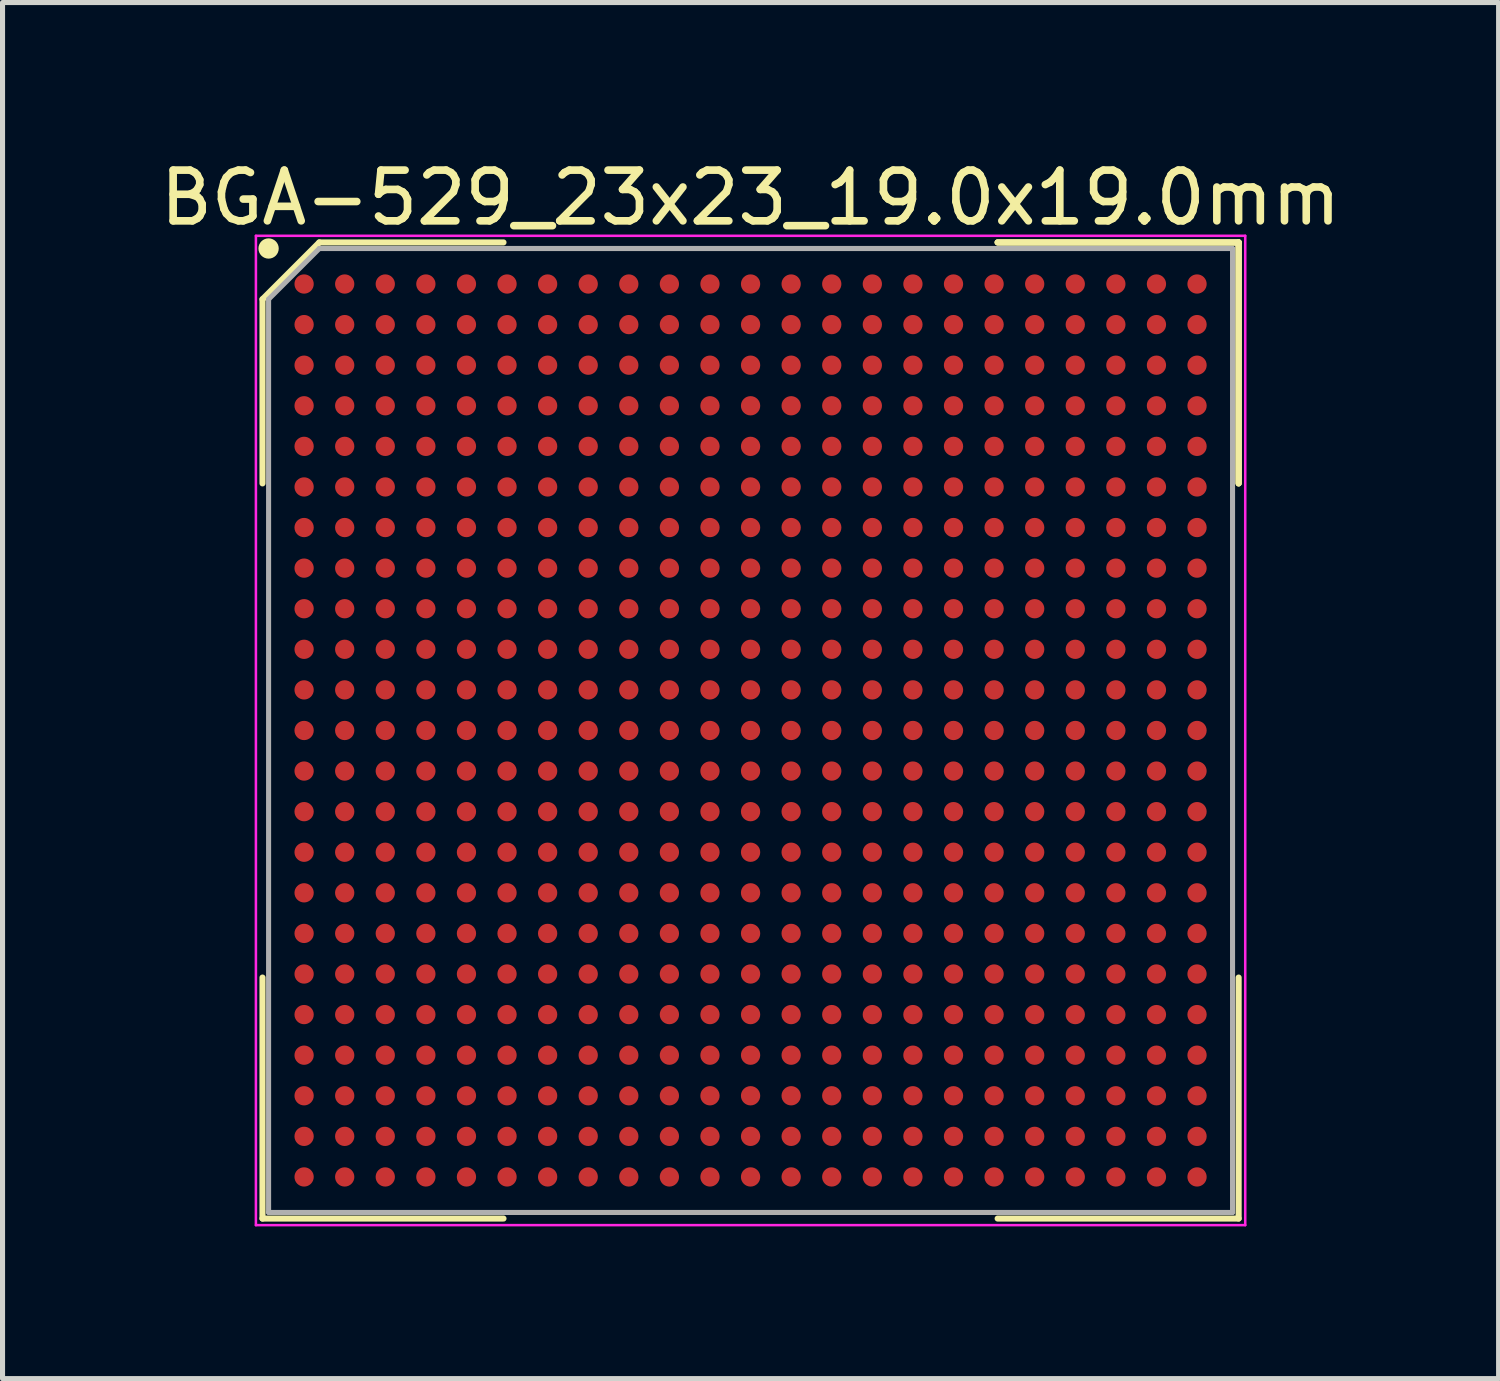
<source format=kicad_pcb>
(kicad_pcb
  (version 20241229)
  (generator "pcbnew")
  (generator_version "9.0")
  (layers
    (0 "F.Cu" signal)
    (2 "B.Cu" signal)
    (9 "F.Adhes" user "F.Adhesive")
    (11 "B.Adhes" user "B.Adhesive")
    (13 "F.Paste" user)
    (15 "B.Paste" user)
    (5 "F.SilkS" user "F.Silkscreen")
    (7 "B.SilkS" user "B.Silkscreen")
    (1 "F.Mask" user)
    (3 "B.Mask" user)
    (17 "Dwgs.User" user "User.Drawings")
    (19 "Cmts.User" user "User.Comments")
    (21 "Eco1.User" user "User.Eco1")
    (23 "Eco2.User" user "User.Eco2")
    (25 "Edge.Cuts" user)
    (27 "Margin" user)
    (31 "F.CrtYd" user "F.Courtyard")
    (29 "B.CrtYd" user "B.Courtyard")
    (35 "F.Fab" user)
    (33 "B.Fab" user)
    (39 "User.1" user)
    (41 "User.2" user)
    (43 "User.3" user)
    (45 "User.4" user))
  (footprint "BGA-529_23x23_19.0x19.0mm"
    (layer "F.Cu")
    (at 11.744 11.348)
    (property "Reference" "BGA-529_23x23_19.0x19.0mm" (at 0 -10.5 0) (layer "F.SilkS") (effects (font (size 1 1) (thickness 0.15))))
    (attr through_hole)
    (fp_line (start -9.62 -8.5) (end -9.62 -4.87) (stroke (width 0.12) (type solid)) (layer "F.SilkS"))
    (fp_line (start -9.62 9.62) (end -9.62 4.87) (stroke (width 0.12) (type solid)) (layer "F.SilkS"))
    (fp_line (start -8.5 -9.62) (end -9.62 -8.5) (stroke (width 0.12) (type solid)) (layer "F.SilkS"))
    (fp_line (start -4.87 -9.62) (end -8.5 -9.62) (stroke (width 0.12) (type solid)) (layer "F.SilkS"))
    (fp_line (start -4.87 9.62) (end -9.62 9.62) (stroke (width 0.12) (type solid)) (layer "F.SilkS"))
    (fp_line (start 4.87 -9.62) (end 9.62 -9.62) (stroke (width 0.12) (type solid)) (layer "F.SilkS"))
    (fp_line (start 4.87 -9.62) (end 9.62 -9.62) (stroke (width 0.12) (type solid)) (layer "F.SilkS"))
    (fp_line (start 4.87 -9.62) (end 9.62 -9.62) (stroke (width 0.12) (type solid)) (layer "F.SilkS"))
    (fp_line (start 4.87 9.62) (end 9.62 9.62) (stroke (width 0.12) (type solid)) (layer "F.SilkS"))
    (fp_line (start 9.62 -9.62) (end 9.62 -4.87) (stroke (width 0.12) (type solid)) (layer "F.SilkS"))
    (fp_line (start 9.62 -9.62) (end 9.62 -4.87) (stroke (width 0.12) (type solid)) (layer "F.SilkS"))
    (fp_line (start 9.62 -9.62) (end 9.62 -4.87) (stroke (width 0.12) (type solid)) (layer "F.SilkS"))
    (fp_line (start 9.62 9.62) (end 9.62 4.87) (stroke (width 0.12) (type solid)) (layer "F.SilkS"))
    (fp_circle (center -9.5 -9.5) (end -9.5 -9.4) (stroke (width 0.2) (type solid)) (fill no) (layer "F.SilkS"))
    (fp_line (start -9.75 -9.75) (end 9.75 -9.75) (stroke (width 0.05) (type solid)) (layer "F.CrtYd"))
    (fp_line (start -9.75 9.75) (end -9.75 -9.75) (stroke (width 0.05) (type solid)) (layer "F.CrtYd"))
    (fp_line (start 9.75 -9.75) (end 9.75 9.75) (stroke (width 0.05) (type solid)) (layer "F.CrtYd"))
    (fp_line (start 9.75 9.75) (end -9.75 9.75) (stroke (width 0.05) (type solid)) (layer "F.CrtYd"))
    (fp_line (start -9.5 -8.5) (end -9.5 9.5) (stroke (width 0.1) (type solid)) (layer "F.Fab"))
    (fp_line (start -9.5 9.5) (end 9.5 9.5) (stroke (width 0.1) (type solid)) (layer "F.Fab"))
    (fp_line (start -8.5 -9.5) (end -9.5 -8.5) (stroke (width 0.1) (type solid)) (layer "F.Fab"))
    (fp_line (start 9.5 -9.5) (end -8.5 -9.5) (stroke (width 0.1) (type solid)) (layer "F.Fab"))
    (fp_line (start 9.5 9.5) (end 9.5 -9.5) (stroke (width 0.1) (type solid)) (layer "F.Fab"))
    (pad "A1" smd circle (at -8.8 -8.8) (size 0.38 0.38) (layers "F.Cu" "F.Mask" "F.Paste"))
    (pad "A2" smd circle (at -8 -8.8) (size 0.38 0.38) (layers "F.Cu" "F.Mask" "F.Paste"))
    (pad "A3" smd circle (at -7.2 -8.8) (size 0.38 0.38) (layers "F.Cu" "F.Mask" "F.Paste"))
    (pad "A4" smd circle (at -6.4 -8.8) (size 0.38 0.38) (layers "F.Cu" "F.Mask" "F.Paste"))
    (pad "A5" smd circle (at -5.6 -8.8) (size 0.38 0.38) (layers "F.Cu" "F.Mask" "F.Paste"))
    (pad "A6" smd circle (at -4.8 -8.8) (size 0.38 0.38) (layers "F.Cu" "F.Mask" "F.Paste"))
    (pad "A7" smd circle (at -4 -8.8) (size 0.38 0.38) (layers "F.Cu" "F.Mask" "F.Paste"))
    (pad "A8" smd circle (at -3.2 -8.8) (size 0.38 0.38) (layers "F.Cu" "F.Mask" "F.Paste"))
    (pad "A9" smd circle (at -2.4 -8.8) (size 0.38 0.38) (layers "F.Cu" "F.Mask" "F.Paste"))
    (pad "A10" smd circle (at -1.6 -8.8) (size 0.38 0.38) (layers "F.Cu" "F.Mask" "F.Paste"))
    (pad "A11" smd circle (at -0.8 -8.8) (size 0.38 0.38) (layers "F.Cu" "F.Mask" "F.Paste"))
    (pad "A12" smd circle (at 0 -8.8) (size 0.38 0.38) (layers "F.Cu" "F.Mask" "F.Paste"))
    (pad "A13" smd circle (at 0.8 -8.8) (size 0.38 0.38) (layers "F.Cu" "F.Mask" "F.Paste"))
    (pad "A14" smd circle (at 1.6 -8.8) (size 0.38 0.38) (layers "F.Cu" "F.Mask" "F.Paste"))
    (pad "A15" smd circle (at 2.4 -8.8) (size 0.38 0.38) (layers "F.Cu" "F.Mask" "F.Paste"))
    (pad "A16" smd circle (at 3.2 -8.8) (size 0.38 0.38) (layers "F.Cu" "F.Mask" "F.Paste"))
    (pad "A17" smd circle (at 4 -8.8) (size 0.38 0.38) (layers "F.Cu" "F.Mask" "F.Paste"))
    (pad "A18" smd circle (at 4.8 -8.8) (size 0.38 0.38) (layers "F.Cu" "F.Mask" "F.Paste"))
    (pad "A19" smd circle (at 5.6 -8.8) (size 0.38 0.38) (layers "F.Cu" "F.Mask" "F.Paste"))
    (pad "A20" smd circle (at 6.4 -8.8) (size 0.38 0.38) (layers "F.Cu" "F.Mask" "F.Paste"))
    (pad "A21" smd circle (at 7.2 -8.8) (size 0.38 0.38) (layers "F.Cu" "F.Mask" "F.Paste"))
    (pad "A22" smd circle (at 8 -8.8) (size 0.38 0.38) (layers "F.Cu" "F.Mask" "F.Paste"))
    (pad "A23" smd circle (at 8.8 -8.8) (size 0.38 0.38) (layers "F.Cu" "F.Mask" "F.Paste"))
    (pad "AA1" smd circle (at -8.8 7.2) (size 0.38 0.38) (layers "F.Cu" "F.Mask" "F.Paste"))
    (pad "AA2" smd circle (at -8 7.2) (size 0.38 0.38) (layers "F.Cu" "F.Mask" "F.Paste"))
    (pad "AA3" smd circle (at -7.2 7.2) (size 0.38 0.38) (layers "F.Cu" "F.Mask" "F.Paste"))
    (pad "AA4" smd circle (at -6.4 7.2) (size 0.38 0.38) (layers "F.Cu" "F.Mask" "F.Paste"))
    (pad "AA5" smd circle (at -5.6 7.2) (size 0.38 0.38) (layers "F.Cu" "F.Mask" "F.Paste"))
    (pad "AA6" smd circle (at -4.8 7.2) (size 0.38 0.38) (layers "F.Cu" "F.Mask" "F.Paste"))
    (pad "AA7" smd circle (at -4 7.2) (size 0.38 0.38) (layers "F.Cu" "F.Mask" "F.Paste"))
    (pad "AA8" smd circle (at -3.2 7.2) (size 0.38 0.38) (layers "F.Cu" "F.Mask" "F.Paste"))
    (pad "AA9" smd circle (at -2.4 7.2) (size 0.38 0.38) (layers "F.Cu" "F.Mask" "F.Paste"))
    (pad "AA10" smd circle (at -1.6 7.2) (size 0.38 0.38) (layers "F.Cu" "F.Mask" "F.Paste"))
    (pad "AA11" smd circle (at -0.8 7.2) (size 0.38 0.38) (layers "F.Cu" "F.Mask" "F.Paste"))
    (pad "AA12" smd circle (at 0 7.2) (size 0.38 0.38) (layers "F.Cu" "F.Mask" "F.Paste"))
    (pad "AA13" smd circle (at 0.8 7.2) (size 0.38 0.38) (layers "F.Cu" "F.Mask" "F.Paste"))
    (pad "AA14" smd circle (at 1.6 7.2) (size 0.38 0.38) (layers "F.Cu" "F.Mask" "F.Paste"))
    (pad "AA15" smd circle (at 2.4 7.2) (size 0.38 0.38) (layers "F.Cu" "F.Mask" "F.Paste"))
    (pad "AA16" smd circle (at 3.2 7.2) (size 0.38 0.38) (layers "F.Cu" "F.Mask" "F.Paste"))
    (pad "AA17" smd circle (at 4 7.2) (size 0.38 0.38) (layers "F.Cu" "F.Mask" "F.Paste"))
    (pad "AA18" smd circle (at 4.8 7.2) (size 0.38 0.38) (layers "F.Cu" "F.Mask" "F.Paste"))
    (pad "AA19" smd circle (at 5.6 7.2) (size 0.38 0.38) (layers "F.Cu" "F.Mask" "F.Paste"))
    (pad "AA20" smd circle (at 6.4 7.2) (size 0.38 0.38) (layers "F.Cu" "F.Mask" "F.Paste"))
    (pad "AA21" smd circle (at 7.2 7.2) (size 0.38 0.38) (layers "F.Cu" "F.Mask" "F.Paste"))
    (pad "AA22" smd circle (at 8 7.2) (size 0.38 0.38) (layers "F.Cu" "F.Mask" "F.Paste"))
    (pad "AA23" smd circle (at 8.8 7.2) (size 0.38 0.38) (layers "F.Cu" "F.Mask" "F.Paste"))
    (pad "AB1" smd circle (at -8.8 8) (size 0.38 0.38) (layers "F.Cu" "F.Mask" "F.Paste"))
    (pad "AB2" smd circle (at -8 8) (size 0.38 0.38) (layers "F.Cu" "F.Mask" "F.Paste"))
    (pad "AB3" smd circle (at -7.2 8) (size 0.38 0.38) (layers "F.Cu" "F.Mask" "F.Paste"))
    (pad "AB4" smd circle (at -6.4 8) (size 0.38 0.38) (layers "F.Cu" "F.Mask" "F.Paste"))
    (pad "AB5" smd circle (at -5.6 8) (size 0.38 0.38) (layers "F.Cu" "F.Mask" "F.Paste"))
    (pad "AB6" smd circle (at -4.8 8) (size 0.38 0.38) (layers "F.Cu" "F.Mask" "F.Paste"))
    (pad "AB7" smd circle (at -4 8) (size 0.38 0.38) (layers "F.Cu" "F.Mask" "F.Paste"))
    (pad "AB8" smd circle (at -3.2 8) (size 0.38 0.38) (layers "F.Cu" "F.Mask" "F.Paste"))
    (pad "AB9" smd circle (at -2.4 8) (size 0.38 0.38) (layers "F.Cu" "F.Mask" "F.Paste"))
    (pad "AB10" smd circle (at -1.6 8) (size 0.38 0.38) (layers "F.Cu" "F.Mask" "F.Paste"))
    (pad "AB11" smd circle (at -0.8 8) (size 0.38 0.38) (layers "F.Cu" "F.Mask" "F.Paste"))
    (pad "AB12" smd circle (at 0 8) (size 0.38 0.38) (layers "F.Cu" "F.Mask" "F.Paste"))
    (pad "AB13" smd circle (at 0.8 8) (size 0.38 0.38) (layers "F.Cu" "F.Mask" "F.Paste"))
    (pad "AB14" smd circle (at 1.6 8) (size 0.38 0.38) (layers "F.Cu" "F.Mask" "F.Paste"))
    (pad "AB15" smd circle (at 2.4 8) (size 0.38 0.38) (layers "F.Cu" "F.Mask" "F.Paste"))
    (pad "AB16" smd circle (at 3.2 8) (size 0.38 0.38) (layers "F.Cu" "F.Mask" "F.Paste"))
    (pad "AB17" smd circle (at 4 8) (size 0.38 0.38) (layers "F.Cu" "F.Mask" "F.Paste"))
    (pad "AB18" smd circle (at 4.8 8) (size 0.38 0.38) (layers "F.Cu" "F.Mask" "F.Paste"))
    (pad "AB19" smd circle (at 5.6 8) (size 0.38 0.38) (layers "F.Cu" "F.Mask" "F.Paste"))
    (pad "AB20" smd circle (at 6.4 8) (size 0.38 0.38) (layers "F.Cu" "F.Mask" "F.Paste"))
    (pad "AB21" smd circle (at 7.2 8) (size 0.38 0.38) (layers "F.Cu" "F.Mask" "F.Paste"))
    (pad "AB22" smd circle (at 8 8) (size 0.38 0.38) (layers "F.Cu" "F.Mask" "F.Paste"))
    (pad "AB23" smd circle (at 8.8 8) (size 0.38 0.38) (layers "F.Cu" "F.Mask" "F.Paste"))
    (pad "AC1" smd circle (at -8.8 8.8) (size 0.38 0.38) (layers "F.Cu" "F.Mask" "F.Paste"))
    (pad "AC2" smd circle (at -8 8.8) (size 0.38 0.38) (layers "F.Cu" "F.Mask" "F.Paste"))
    (pad "AC3" smd circle (at -7.2 8.8) (size 0.38 0.38) (layers "F.Cu" "F.Mask" "F.Paste"))
    (pad "AC4" smd circle (at -6.4 8.8) (size 0.38 0.38) (layers "F.Cu" "F.Mask" "F.Paste"))
    (pad "AC5" smd circle (at -5.6 8.8) (size 0.38 0.38) (layers "F.Cu" "F.Mask" "F.Paste"))
    (pad "AC6" smd circle (at -4.8 8.8) (size 0.38 0.38) (layers "F.Cu" "F.Mask" "F.Paste"))
    (pad "AC7" smd circle (at -4 8.8) (size 0.38 0.38) (layers "F.Cu" "F.Mask" "F.Paste"))
    (pad "AC8" smd circle (at -3.2 8.8) (size 0.38 0.38) (layers "F.Cu" "F.Mask" "F.Paste"))
    (pad "AC9" smd circle (at -2.4 8.8) (size 0.38 0.38) (layers "F.Cu" "F.Mask" "F.Paste"))
    (pad "AC10" smd circle (at -1.6 8.8) (size 0.38 0.38) (layers "F.Cu" "F.Mask" "F.Paste"))
    (pad "AC11" smd circle (at -0.8 8.8) (size 0.38 0.38) (layers "F.Cu" "F.Mask" "F.Paste"))
    (pad "AC12" smd circle (at 0 8.8) (size 0.38 0.38) (layers "F.Cu" "F.Mask" "F.Paste"))
    (pad "AC13" smd circle (at 0.8 8.8) (size 0.38 0.38) (layers "F.Cu" "F.Mask" "F.Paste"))
    (pad "AC14" smd circle (at 1.6 8.8) (size 0.38 0.38) (layers "F.Cu" "F.Mask" "F.Paste"))
    (pad "AC15" smd circle (at 2.4 8.8) (size 0.38 0.38) (layers "F.Cu" "F.Mask" "F.Paste"))
    (pad "AC16" smd circle (at 3.2 8.8) (size 0.38 0.38) (layers "F.Cu" "F.Mask" "F.Paste"))
    (pad "AC17" smd circle (at 4 8.8) (size 0.38 0.38) (layers "F.Cu" "F.Mask" "F.Paste"))
    (pad "AC18" smd circle (at 4.8 8.8) (size 0.38 0.38) (layers "F.Cu" "F.Mask" "F.Paste"))
    (pad "AC19" smd circle (at 5.6 8.8) (size 0.38 0.38) (layers "F.Cu" "F.Mask" "F.Paste"))
    (pad "AC20" smd circle (at 6.4 8.8) (size 0.38 0.38) (layers "F.Cu" "F.Mask" "F.Paste"))
    (pad "AC21" smd circle (at 7.2 8.8) (size 0.38 0.38) (layers "F.Cu" "F.Mask" "F.Paste"))
    (pad "AC22" smd circle (at 8 8.8) (size 0.38 0.38) (layers "F.Cu" "F.Mask" "F.Paste"))
    (pad "AC23" smd circle (at 8.8 8.8) (size 0.38 0.38) (layers "F.Cu" "F.Mask" "F.Paste"))
    (pad "B1" smd circle (at -8.8 -8) (size 0.38 0.38) (layers "F.Cu" "F.Mask" "F.Paste"))
    (pad "B2" smd circle (at -8 -8) (size 0.38 0.38) (layers "F.Cu" "F.Mask" "F.Paste"))
    (pad "B3" smd circle (at -7.2 -8) (size 0.38 0.38) (layers "F.Cu" "F.Mask" "F.Paste"))
    (pad "B4" smd circle (at -6.4 -8) (size 0.38 0.38) (layers "F.Cu" "F.Mask" "F.Paste"))
    (pad "B5" smd circle (at -5.6 -8) (size 0.38 0.38) (layers "F.Cu" "F.Mask" "F.Paste"))
    (pad "B6" smd circle (at -4.8 -8) (size 0.38 0.38) (layers "F.Cu" "F.Mask" "F.Paste"))
    (pad "B7" smd circle (at -4 -8) (size 0.38 0.38) (layers "F.Cu" "F.Mask" "F.Paste"))
    (pad "B8" smd circle (at -3.2 -8) (size 0.38 0.38) (layers "F.Cu" "F.Mask" "F.Paste"))
    (pad "B9" smd circle (at -2.4 -8) (size 0.38 0.38) (layers "F.Cu" "F.Mask" "F.Paste"))
    (pad "B10" smd circle (at -1.6 -8) (size 0.38 0.38) (layers "F.Cu" "F.Mask" "F.Paste"))
    (pad "B11" smd circle (at -0.8 -8) (size 0.38 0.38) (layers "F.Cu" "F.Mask" "F.Paste"))
    (pad "B12" smd circle (at 0 -8) (size 0.38 0.38) (layers "F.Cu" "F.Mask" "F.Paste"))
    (pad "B13" smd circle (at 0.8 -8) (size 0.38 0.38) (layers "F.Cu" "F.Mask" "F.Paste"))
    (pad "B14" smd circle (at 1.6 -8) (size 0.38 0.38) (layers "F.Cu" "F.Mask" "F.Paste"))
    (pad "B15" smd circle (at 2.4 -8) (size 0.38 0.38) (layers "F.Cu" "F.Mask" "F.Paste"))
    (pad "B16" smd circle (at 3.2 -8) (size 0.38 0.38) (layers "F.Cu" "F.Mask" "F.Paste"))
    (pad "B17" smd circle (at 4 -8) (size 0.38 0.38) (layers "F.Cu" "F.Mask" "F.Paste"))
    (pad "B18" smd circle (at 4.8 -8) (size 0.38 0.38) (layers "F.Cu" "F.Mask" "F.Paste"))
    (pad "B19" smd circle (at 5.6 -8) (size 0.38 0.38) (layers "F.Cu" "F.Mask" "F.Paste"))
    (pad "B20" smd circle (at 6.4 -8) (size 0.38 0.38) (layers "F.Cu" "F.Mask" "F.Paste"))
    (pad "B21" smd circle (at 7.2 -8) (size 0.38 0.38) (layers "F.Cu" "F.Mask" "F.Paste"))
    (pad "B22" smd circle (at 8 -8) (size 0.38 0.38) (layers "F.Cu" "F.Mask" "F.Paste"))
    (pad "B23" smd circle (at 8.8 -8) (size 0.38 0.38) (layers "F.Cu" "F.Mask" "F.Paste"))
    (pad "C1" smd circle (at -8.8 -7.2) (size 0.38 0.38) (layers "F.Cu" "F.Mask" "F.Paste"))
    (pad "C2" smd circle (at -8 -7.2) (size 0.38 0.38) (layers "F.Cu" "F.Mask" "F.Paste"))
    (pad "C3" smd circle (at -7.2 -7.2) (size 0.38 0.38) (layers "F.Cu" "F.Mask" "F.Paste"))
    (pad "C4" smd circle (at -6.4 -7.2) (size 0.38 0.38) (layers "F.Cu" "F.Mask" "F.Paste"))
    (pad "C5" smd circle (at -5.6 -7.2) (size 0.38 0.38) (layers "F.Cu" "F.Mask" "F.Paste"))
    (pad "C6" smd circle (at -4.8 -7.2) (size 0.38 0.38) (layers "F.Cu" "F.Mask" "F.Paste"))
    (pad "C7" smd circle (at -4 -7.2) (size 0.38 0.38) (layers "F.Cu" "F.Mask" "F.Paste"))
    (pad "C8" smd circle (at -3.2 -7.2) (size 0.38 0.38) (layers "F.Cu" "F.Mask" "F.Paste"))
    (pad "C9" smd circle (at -2.4 -7.2) (size 0.38 0.38) (layers "F.Cu" "F.Mask" "F.Paste"))
    (pad "C10" smd circle (at -1.6 -7.2) (size 0.38 0.38) (layers "F.Cu" "F.Mask" "F.Paste"))
    (pad "C11" smd circle (at -0.8 -7.2) (size 0.38 0.38) (layers "F.Cu" "F.Mask" "F.Paste"))
    (pad "C12" smd circle (at 0 -7.2) (size 0.38 0.38) (layers "F.Cu" "F.Mask" "F.Paste"))
    (pad "C13" smd circle (at 0.8 -7.2) (size 0.38 0.38) (layers "F.Cu" "F.Mask" "F.Paste"))
    (pad "C14" smd circle (at 1.6 -7.2) (size 0.38 0.38) (layers "F.Cu" "F.Mask" "F.Paste"))
    (pad "C15" smd circle (at 2.4 -7.2) (size 0.38 0.38) (layers "F.Cu" "F.Mask" "F.Paste"))
    (pad "C16" smd circle (at 3.2 -7.2) (size 0.38 0.38) (layers "F.Cu" "F.Mask" "F.Paste"))
    (pad "C17" smd circle (at 4 -7.2) (size 0.38 0.38) (layers "F.Cu" "F.Mask" "F.Paste"))
    (pad "C18" smd circle (at 4.8 -7.2) (size 0.38 0.38) (layers "F.Cu" "F.Mask" "F.Paste"))
    (pad "C19" smd circle (at 5.6 -7.2) (size 0.38 0.38) (layers "F.Cu" "F.Mask" "F.Paste"))
    (pad "C20" smd circle (at 6.4 -7.2) (size 0.38 0.38) (layers "F.Cu" "F.Mask" "F.Paste"))
    (pad "C21" smd circle (at 7.2 -7.2) (size 0.38 0.38) (layers "F.Cu" "F.Mask" "F.Paste"))
    (pad "C22" smd circle (at 8 -7.2) (size 0.38 0.38) (layers "F.Cu" "F.Mask" "F.Paste"))
    (pad "C23" smd circle (at 8.8 -7.2) (size 0.38 0.38) (layers "F.Cu" "F.Mask" "F.Paste"))
    (pad "D1" smd circle (at -8.8 -6.4) (size 0.38 0.38) (layers "F.Cu" "F.Mask" "F.Paste"))
    (pad "D2" smd circle (at -8 -6.4) (size 0.38 0.38) (layers "F.Cu" "F.Mask" "F.Paste"))
    (pad "D3" smd circle (at -7.2 -6.4) (size 0.38 0.38) (layers "F.Cu" "F.Mask" "F.Paste"))
    (pad "D4" smd circle (at -6.4 -6.4) (size 0.38 0.38) (layers "F.Cu" "F.Mask" "F.Paste"))
    (pad "D5" smd circle (at -5.6 -6.4) (size 0.38 0.38) (layers "F.Cu" "F.Mask" "F.Paste"))
    (pad "D6" smd circle (at -4.8 -6.4) (size 0.38 0.38) (layers "F.Cu" "F.Mask" "F.Paste"))
    (pad "D7" smd circle (at -4 -6.4) (size 0.38 0.38) (layers "F.Cu" "F.Mask" "F.Paste"))
    (pad "D8" smd circle (at -3.2 -6.4) (size 0.38 0.38) (layers "F.Cu" "F.Mask" "F.Paste"))
    (pad "D9" smd circle (at -2.4 -6.4) (size 0.38 0.38) (layers "F.Cu" "F.Mask" "F.Paste"))
    (pad "D10" smd circle (at -1.6 -6.4) (size 0.38 0.38) (layers "F.Cu" "F.Mask" "F.Paste"))
    (pad "D11" smd circle (at -0.8 -6.4) (size 0.38 0.38) (layers "F.Cu" "F.Mask" "F.Paste"))
    (pad "D12" smd circle (at 0 -6.4) (size 0.38 0.38) (layers "F.Cu" "F.Mask" "F.Paste"))
    (pad "D13" smd circle (at 0.8 -6.4) (size 0.38 0.38) (layers "F.Cu" "F.Mask" "F.Paste"))
    (pad "D14" smd circle (at 1.6 -6.4) (size 0.38 0.38) (layers "F.Cu" "F.Mask" "F.Paste"))
    (pad "D15" smd circle (at 2.4 -6.4) (size 0.38 0.38) (layers "F.Cu" "F.Mask" "F.Paste"))
    (pad "D16" smd circle (at 3.2 -6.4) (size 0.38 0.38) (layers "F.Cu" "F.Mask" "F.Paste"))
    (pad "D17" smd circle (at 4 -6.4) (size 0.38 0.38) (layers "F.Cu" "F.Mask" "F.Paste"))
    (pad "D18" smd circle (at 4.8 -6.4) (size 0.38 0.38) (layers "F.Cu" "F.Mask" "F.Paste"))
    (pad "D19" smd circle (at 5.6 -6.4) (size 0.38 0.38) (layers "F.Cu" "F.Mask" "F.Paste"))
    (pad "D20" smd circle (at 6.4 -6.4) (size 0.38 0.38) (layers "F.Cu" "F.Mask" "F.Paste"))
    (pad "D21" smd circle (at 7.2 -6.4) (size 0.38 0.38) (layers "F.Cu" "F.Mask" "F.Paste"))
    (pad "D22" smd circle (at 8 -6.4) (size 0.38 0.38) (layers "F.Cu" "F.Mask" "F.Paste"))
    (pad "D23" smd circle (at 8.8 -6.4) (size 0.38 0.38) (layers "F.Cu" "F.Mask" "F.Paste"))
    (pad "E1" smd circle (at -8.8 -5.6) (size 0.38 0.38) (layers "F.Cu" "F.Mask" "F.Paste"))
    (pad "E2" smd circle (at -8 -5.6) (size 0.38 0.38) (layers "F.Cu" "F.Mask" "F.Paste"))
    (pad "E3" smd circle (at -7.2 -5.6) (size 0.38 0.38) (layers "F.Cu" "F.Mask" "F.Paste"))
    (pad "E4" smd circle (at -6.4 -5.6) (size 0.38 0.38) (layers "F.Cu" "F.Mask" "F.Paste"))
    (pad "E5" smd circle (at -5.6 -5.6) (size 0.38 0.38) (layers "F.Cu" "F.Mask" "F.Paste"))
    (pad "E6" smd circle (at -4.8 -5.6) (size 0.38 0.38) (layers "F.Cu" "F.Mask" "F.Paste"))
    (pad "E7" smd circle (at -4 -5.6) (size 0.38 0.38) (layers "F.Cu" "F.Mask" "F.Paste"))
    (pad "E8" smd circle (at -3.2 -5.6) (size 0.38 0.38) (layers "F.Cu" "F.Mask" "F.Paste"))
    (pad "E9" smd circle (at -2.4 -5.6) (size 0.38 0.38) (layers "F.Cu" "F.Mask" "F.Paste"))
    (pad "E10" smd circle (at -1.6 -5.6) (size 0.38 0.38) (layers "F.Cu" "F.Mask" "F.Paste"))
    (pad "E11" smd circle (at -0.8 -5.6) (size 0.38 0.38) (layers "F.Cu" "F.Mask" "F.Paste"))
    (pad "E12" smd circle (at 0 -5.6) (size 0.38 0.38) (layers "F.Cu" "F.Mask" "F.Paste"))
    (pad "E13" smd circle (at 0.8 -5.6) (size 0.38 0.38) (layers "F.Cu" "F.Mask" "F.Paste"))
    (pad "E14" smd circle (at 1.6 -5.6) (size 0.38 0.38) (layers "F.Cu" "F.Mask" "F.Paste"))
    (pad "E15" smd circle (at 2.4 -5.6) (size 0.38 0.38) (layers "F.Cu" "F.Mask" "F.Paste"))
    (pad "E16" smd circle (at 3.2 -5.6) (size 0.38 0.38) (layers "F.Cu" "F.Mask" "F.Paste"))
    (pad "E17" smd circle (at 4 -5.6) (size 0.38 0.38) (layers "F.Cu" "F.Mask" "F.Paste"))
    (pad "E18" smd circle (at 4.8 -5.6) (size 0.38 0.38) (layers "F.Cu" "F.Mask" "F.Paste"))
    (pad "E19" smd circle (at 5.6 -5.6) (size 0.38 0.38) (layers "F.Cu" "F.Mask" "F.Paste"))
    (pad "E20" smd circle (at 6.4 -5.6) (size 0.38 0.38) (layers "F.Cu" "F.Mask" "F.Paste"))
    (pad "E21" smd circle (at 7.2 -5.6) (size 0.38 0.38) (layers "F.Cu" "F.Mask" "F.Paste"))
    (pad "E22" smd circle (at 8 -5.6) (size 0.38 0.38) (layers "F.Cu" "F.Mask" "F.Paste"))
    (pad "E23" smd circle (at 8.8 -5.6) (size 0.38 0.38) (layers "F.Cu" "F.Mask" "F.Paste"))
    (pad "F1" smd circle (at -8.8 -4.8) (size 0.38 0.38) (layers "F.Cu" "F.Mask" "F.Paste"))
    (pad "F2" smd circle (at -8 -4.8) (size 0.38 0.38) (layers "F.Cu" "F.Mask" "F.Paste"))
    (pad "F3" smd circle (at -7.2 -4.8) (size 0.38 0.38) (layers "F.Cu" "F.Mask" "F.Paste"))
    (pad "F4" smd circle (at -6.4 -4.8) (size 0.38 0.38) (layers "F.Cu" "F.Mask" "F.Paste"))
    (pad "F5" smd circle (at -5.6 -4.8) (size 0.38 0.38) (layers "F.Cu" "F.Mask" "F.Paste"))
    (pad "F6" smd circle (at -4.8 -4.8) (size 0.38 0.38) (layers "F.Cu" "F.Mask" "F.Paste"))
    (pad "F7" smd circle (at -4 -4.8) (size 0.38 0.38) (layers "F.Cu" "F.Mask" "F.Paste"))
    (pad "F8" smd circle (at -3.2 -4.8) (size 0.38 0.38) (layers "F.Cu" "F.Mask" "F.Paste"))
    (pad "F9" smd circle (at -2.4 -4.8) (size 0.38 0.38) (layers "F.Cu" "F.Mask" "F.Paste"))
    (pad "F10" smd circle (at -1.6 -4.8) (size 0.38 0.38) (layers "F.Cu" "F.Mask" "F.Paste"))
    (pad "F11" smd circle (at -0.8 -4.8) (size 0.38 0.38) (layers "F.Cu" "F.Mask" "F.Paste"))
    (pad "F12" smd circle (at 0 -4.8) (size 0.38 0.38) (layers "F.Cu" "F.Mask" "F.Paste"))
    (pad "F13" smd circle (at 0.8 -4.8) (size 0.38 0.38) (layers "F.Cu" "F.Mask" "F.Paste"))
    (pad "F14" smd circle (at 1.6 -4.8) (size 0.38 0.38) (layers "F.Cu" "F.Mask" "F.Paste"))
    (pad "F15" smd circle (at 2.4 -4.8) (size 0.38 0.38) (layers "F.Cu" "F.Mask" "F.Paste"))
    (pad "F16" smd circle (at 3.2 -4.8) (size 0.38 0.38) (layers "F.Cu" "F.Mask" "F.Paste"))
    (pad "F17" smd circle (at 4 -4.8) (size 0.38 0.38) (layers "F.Cu" "F.Mask" "F.Paste"))
    (pad "F18" smd circle (at 4.8 -4.8) (size 0.38 0.38) (layers "F.Cu" "F.Mask" "F.Paste"))
    (pad "F19" smd circle (at 5.6 -4.8) (size 0.38 0.38) (layers "F.Cu" "F.Mask" "F.Paste"))
    (pad "F20" smd circle (at 6.4 -4.8) (size 0.38 0.38) (layers "F.Cu" "F.Mask" "F.Paste"))
    (pad "F21" smd circle (at 7.2 -4.8) (size 0.38 0.38) (layers "F.Cu" "F.Mask" "F.Paste"))
    (pad "F22" smd circle (at 8 -4.8) (size 0.38 0.38) (layers "F.Cu" "F.Mask" "F.Paste"))
    (pad "F23" smd circle (at 8.8 -4.8) (size 0.38 0.38) (layers "F.Cu" "F.Mask" "F.Paste"))
    (pad "G1" smd circle (at -8.8 -4) (size 0.38 0.38) (layers "F.Cu" "F.Mask" "F.Paste"))
    (pad "G2" smd circle (at -8 -4) (size 0.38 0.38) (layers "F.Cu" "F.Mask" "F.Paste"))
    (pad "G3" smd circle (at -7.2 -4) (size 0.38 0.38) (layers "F.Cu" "F.Mask" "F.Paste"))
    (pad "G4" smd circle (at -6.4 -4) (size 0.38 0.38) (layers "F.Cu" "F.Mask" "F.Paste"))
    (pad "G5" smd circle (at -5.6 -4) (size 0.38 0.38) (layers "F.Cu" "F.Mask" "F.Paste"))
    (pad "G6" smd circle (at -4.8 -4) (size 0.38 0.38) (layers "F.Cu" "F.Mask" "F.Paste"))
    (pad "G7" smd circle (at -4 -4) (size 0.38 0.38) (layers "F.Cu" "F.Mask" "F.Paste"))
    (pad "G8" smd circle (at -3.2 -4) (size 0.38 0.38) (layers "F.Cu" "F.Mask" "F.Paste"))
    (pad "G9" smd circle (at -2.4 -4) (size 0.38 0.38) (layers "F.Cu" "F.Mask" "F.Paste"))
    (pad "G10" smd circle (at -1.6 -4) (size 0.38 0.38) (layers "F.Cu" "F.Mask" "F.Paste"))
    (pad "G11" smd circle (at -0.8 -4) (size 0.38 0.38) (layers "F.Cu" "F.Mask" "F.Paste"))
    (pad "G12" smd circle (at 0 -4) (size 0.38 0.38) (layers "F.Cu" "F.Mask" "F.Paste"))
    (pad "G13" smd circle (at 0.8 -4) (size 0.38 0.38) (layers "F.Cu" "F.Mask" "F.Paste"))
    (pad "G14" smd circle (at 1.6 -4) (size 0.38 0.38) (layers "F.Cu" "F.Mask" "F.Paste"))
    (pad "G15" smd circle (at 2.4 -4) (size 0.38 0.38) (layers "F.Cu" "F.Mask" "F.Paste"))
    (pad "G16" smd circle (at 3.2 -4) (size 0.38 0.38) (layers "F.Cu" "F.Mask" "F.Paste"))
    (pad "G17" smd circle (at 4 -4) (size 0.38 0.38) (layers "F.Cu" "F.Mask" "F.Paste"))
    (pad "G18" smd circle (at 4.8 -4) (size 0.38 0.38) (layers "F.Cu" "F.Mask" "F.Paste"))
    (pad "G19" smd circle (at 5.6 -4) (size 0.38 0.38) (layers "F.Cu" "F.Mask" "F.Paste"))
    (pad "G20" smd circle (at 6.4 -4) (size 0.38 0.38) (layers "F.Cu" "F.Mask" "F.Paste"))
    (pad "G21" smd circle (at 7.2 -4) (size 0.38 0.38) (layers "F.Cu" "F.Mask" "F.Paste"))
    (pad "G22" smd circle (at 8 -4) (size 0.38 0.38) (layers "F.Cu" "F.Mask" "F.Paste"))
    (pad "G23" smd circle (at 8.8 -4) (size 0.38 0.38) (layers "F.Cu" "F.Mask" "F.Paste"))
    (pad "H1" smd circle (at -8.8 -3.2) (size 0.38 0.38) (layers "F.Cu" "F.Mask" "F.Paste"))
    (pad "H2" smd circle (at -8 -3.2) (size 0.38 0.38) (layers "F.Cu" "F.Mask" "F.Paste"))
    (pad "H3" smd circle (at -7.2 -3.2) (size 0.38 0.38) (layers "F.Cu" "F.Mask" "F.Paste"))
    (pad "H4" smd circle (at -6.4 -3.2) (size 0.38 0.38) (layers "F.Cu" "F.Mask" "F.Paste"))
    (pad "H5" smd circle (at -5.6 -3.2) (size 0.38 0.38) (layers "F.Cu" "F.Mask" "F.Paste"))
    (pad "H6" smd circle (at -4.8 -3.2) (size 0.38 0.38) (layers "F.Cu" "F.Mask" "F.Paste"))
    (pad "H7" smd circle (at -4 -3.2) (size 0.38 0.38) (layers "F.Cu" "F.Mask" "F.Paste"))
    (pad "H8" smd circle (at -3.2 -3.2) (size 0.38 0.38) (layers "F.Cu" "F.Mask" "F.Paste"))
    (pad "H9" smd circle (at -2.4 -3.2) (size 0.38 0.38) (layers "F.Cu" "F.Mask" "F.Paste"))
    (pad "H10" smd circle (at -1.6 -3.2) (size 0.38 0.38) (layers "F.Cu" "F.Mask" "F.Paste"))
    (pad "H11" smd circle (at -0.8 -3.2) (size 0.38 0.38) (layers "F.Cu" "F.Mask" "F.Paste"))
    (pad "H12" smd circle (at 0 -3.2) (size 0.38 0.38) (layers "F.Cu" "F.Mask" "F.Paste"))
    (pad "H13" smd circle (at 0.8 -3.2) (size 0.38 0.38) (layers "F.Cu" "F.Mask" "F.Paste"))
    (pad "H14" smd circle (at 1.6 -3.2) (size 0.38 0.38) (layers "F.Cu" "F.Mask" "F.Paste"))
    (pad "H15" smd circle (at 2.4 -3.2) (size 0.38 0.38) (layers "F.Cu" "F.Mask" "F.Paste"))
    (pad "H16" smd circle (at 3.2 -3.2) (size 0.38 0.38) (layers "F.Cu" "F.Mask" "F.Paste"))
    (pad "H17" smd circle (at 4 -3.2) (size 0.38 0.38) (layers "F.Cu" "F.Mask" "F.Paste"))
    (pad "H18" smd circle (at 4.8 -3.2) (size 0.38 0.38) (layers "F.Cu" "F.Mask" "F.Paste"))
    (pad "H19" smd circle (at 5.6 -3.2) (size 0.38 0.38) (layers "F.Cu" "F.Mask" "F.Paste"))
    (pad "H20" smd circle (at 6.4 -3.2) (size 0.38 0.38) (layers "F.Cu" "F.Mask" "F.Paste"))
    (pad "H21" smd circle (at 7.2 -3.2) (size 0.38 0.38) (layers "F.Cu" "F.Mask" "F.Paste"))
    (pad "H22" smd circle (at 8 -3.2) (size 0.38 0.38) (layers "F.Cu" "F.Mask" "F.Paste"))
    (pad "H23" smd circle (at 8.8 -3.2) (size 0.38 0.38) (layers "F.Cu" "F.Mask" "F.Paste"))
    (pad "J1" smd circle (at -8.8 -2.4) (size 0.38 0.38) (layers "F.Cu" "F.Mask" "F.Paste"))
    (pad "J2" smd circle (at -8 -2.4) (size 0.38 0.38) (layers "F.Cu" "F.Mask" "F.Paste"))
    (pad "J3" smd circle (at -7.2 -2.4) (size 0.38 0.38) (layers "F.Cu" "F.Mask" "F.Paste"))
    (pad "J4" smd circle (at -6.4 -2.4) (size 0.38 0.38) (layers "F.Cu" "F.Mask" "F.Paste"))
    (pad "J5" smd circle (at -5.6 -2.4) (size 0.38 0.38) (layers "F.Cu" "F.Mask" "F.Paste"))
    (pad "J6" smd circle (at -4.8 -2.4) (size 0.38 0.38) (layers "F.Cu" "F.Mask" "F.Paste"))
    (pad "J7" smd circle (at -4 -2.4) (size 0.38 0.38) (layers "F.Cu" "F.Mask" "F.Paste"))
    (pad "J8" smd circle (at -3.2 -2.4) (size 0.38 0.38) (layers "F.Cu" "F.Mask" "F.Paste"))
    (pad "J9" smd circle (at -2.4 -2.4) (size 0.38 0.38) (layers "F.Cu" "F.Mask" "F.Paste"))
    (pad "J10" smd circle (at -1.6 -2.4) (size 0.38 0.38) (layers "F.Cu" "F.Mask" "F.Paste"))
    (pad "J11" smd circle (at -0.8 -2.4) (size 0.38 0.38) (layers "F.Cu" "F.Mask" "F.Paste"))
    (pad "J12" smd circle (at 0 -2.4) (size 0.38 0.38) (layers "F.Cu" "F.Mask" "F.Paste"))
    (pad "J13" smd circle (at 0.8 -2.4) (size 0.38 0.38) (layers "F.Cu" "F.Mask" "F.Paste"))
    (pad "J14" smd circle (at 1.6 -2.4) (size 0.38 0.38) (layers "F.Cu" "F.Mask" "F.Paste"))
    (pad "J15" smd circle (at 2.4 -2.4) (size 0.38 0.38) (layers "F.Cu" "F.Mask" "F.Paste"))
    (pad "J16" smd circle (at 3.2 -2.4) (size 0.38 0.38) (layers "F.Cu" "F.Mask" "F.Paste"))
    (pad "J17" smd circle (at 4 -2.4) (size 0.38 0.38) (layers "F.Cu" "F.Mask" "F.Paste"))
    (pad "J18" smd circle (at 4.8 -2.4) (size 0.38 0.38) (layers "F.Cu" "F.Mask" "F.Paste"))
    (pad "J19" smd circle (at 5.6 -2.4) (size 0.38 0.38) (layers "F.Cu" "F.Mask" "F.Paste"))
    (pad "J20" smd circle (at 6.4 -2.4) (size 0.38 0.38) (layers "F.Cu" "F.Mask" "F.Paste"))
    (pad "J21" smd circle (at 7.2 -2.4) (size 0.38 0.38) (layers "F.Cu" "F.Mask" "F.Paste"))
    (pad "J22" smd circle (at 8 -2.4) (size 0.38 0.38) (layers "F.Cu" "F.Mask" "F.Paste"))
    (pad "J23" smd circle (at 8.8 -2.4) (size 0.38 0.38) (layers "F.Cu" "F.Mask" "F.Paste"))
    (pad "K1" smd circle (at -8.8 -1.6) (size 0.38 0.38) (layers "F.Cu" "F.Mask" "F.Paste"))
    (pad "K2" smd circle (at -8 -1.6) (size 0.38 0.38) (layers "F.Cu" "F.Mask" "F.Paste"))
    (pad "K3" smd circle (at -7.2 -1.6) (size 0.38 0.38) (layers "F.Cu" "F.Mask" "F.Paste"))
    (pad "K4" smd circle (at -6.4 -1.6) (size 0.38 0.38) (layers "F.Cu" "F.Mask" "F.Paste"))
    (pad "K5" smd circle (at -5.6 -1.6) (size 0.38 0.38) (layers "F.Cu" "F.Mask" "F.Paste"))
    (pad "K6" smd circle (at -4.8 -1.6) (size 0.38 0.38) (layers "F.Cu" "F.Mask" "F.Paste"))
    (pad "K7" smd circle (at -4 -1.6) (size 0.38 0.38) (layers "F.Cu" "F.Mask" "F.Paste"))
    (pad "K8" smd circle (at -3.2 -1.6) (size 0.38 0.38) (layers "F.Cu" "F.Mask" "F.Paste"))
    (pad "K9" smd circle (at -2.4 -1.6) (size 0.38 0.38) (layers "F.Cu" "F.Mask" "F.Paste"))
    (pad "K10" smd circle (at -1.6 -1.6) (size 0.38 0.38) (layers "F.Cu" "F.Mask" "F.Paste"))
    (pad "K11" smd circle (at -0.8 -1.6) (size 0.38 0.38) (layers "F.Cu" "F.Mask" "F.Paste"))
    (pad "K12" smd circle (at 0 -1.6) (size 0.38 0.38) (layers "F.Cu" "F.Mask" "F.Paste"))
    (pad "K13" smd circle (at 0.8 -1.6) (size 0.38 0.38) (layers "F.Cu" "F.Mask" "F.Paste"))
    (pad "K14" smd circle (at 1.6 -1.6) (size 0.38 0.38) (layers "F.Cu" "F.Mask" "F.Paste"))
    (pad "K15" smd circle (at 2.4 -1.6) (size 0.38 0.38) (layers "F.Cu" "F.Mask" "F.Paste"))
    (pad "K16" smd circle (at 3.2 -1.6) (size 0.38 0.38) (layers "F.Cu" "F.Mask" "F.Paste"))
    (pad "K17" smd circle (at 4 -1.6) (size 0.38 0.38) (layers "F.Cu" "F.Mask" "F.Paste"))
    (pad "K18" smd circle (at 4.8 -1.6) (size 0.38 0.38) (layers "F.Cu" "F.Mask" "F.Paste"))
    (pad "K19" smd circle (at 5.6 -1.6) (size 0.38 0.38) (layers "F.Cu" "F.Mask" "F.Paste"))
    (pad "K20" smd circle (at 6.4 -1.6) (size 0.38 0.38) (layers "F.Cu" "F.Mask" "F.Paste"))
    (pad "K21" smd circle (at 7.2 -1.6) (size 0.38 0.38) (layers "F.Cu" "F.Mask" "F.Paste"))
    (pad "K22" smd circle (at 8 -1.6) (size 0.38 0.38) (layers "F.Cu" "F.Mask" "F.Paste"))
    (pad "K23" smd circle (at 8.8 -1.6) (size 0.38 0.38) (layers "F.Cu" "F.Mask" "F.Paste"))
    (pad "L1" smd circle (at -8.8 -0.8) (size 0.38 0.38) (layers "F.Cu" "F.Mask" "F.Paste"))
    (pad "L2" smd circle (at -8 -0.8) (size 0.38 0.38) (layers "F.Cu" "F.Mask" "F.Paste"))
    (pad "L3" smd circle (at -7.2 -0.8) (size 0.38 0.38) (layers "F.Cu" "F.Mask" "F.Paste"))
    (pad "L4" smd circle (at -6.4 -0.8) (size 0.38 0.38) (layers "F.Cu" "F.Mask" "F.Paste"))
    (pad "L5" smd circle (at -5.6 -0.8) (size 0.38 0.38) (layers "F.Cu" "F.Mask" "F.Paste"))
    (pad "L6" smd circle (at -4.8 -0.8) (size 0.38 0.38) (layers "F.Cu" "F.Mask" "F.Paste"))
    (pad "L7" smd circle (at -4 -0.8) (size 0.38 0.38) (layers "F.Cu" "F.Mask" "F.Paste"))
    (pad "L8" smd circle (at -3.2 -0.8) (size 0.38 0.38) (layers "F.Cu" "F.Mask" "F.Paste"))
    (pad "L9" smd circle (at -2.4 -0.8) (size 0.38 0.38) (layers "F.Cu" "F.Mask" "F.Paste"))
    (pad "L10" smd circle (at -1.6 -0.8) (size 0.38 0.38) (layers "F.Cu" "F.Mask" "F.Paste"))
    (pad "L11" smd circle (at -0.8 -0.8) (size 0.38 0.38) (layers "F.Cu" "F.Mask" "F.Paste"))
    (pad "L12" smd circle (at 0 -0.8) (size 0.38 0.38) (layers "F.Cu" "F.Mask" "F.Paste"))
    (pad "L13" smd circle (at 0.8 -0.8) (size 0.38 0.38) (layers "F.Cu" "F.Mask" "F.Paste"))
    (pad "L14" smd circle (at 1.6 -0.8) (size 0.38 0.38) (layers "F.Cu" "F.Mask" "F.Paste"))
    (pad "L15" smd circle (at 2.4 -0.8) (size 0.38 0.38) (layers "F.Cu" "F.Mask" "F.Paste"))
    (pad "L16" smd circle (at 3.2 -0.8) (size 0.38 0.38) (layers "F.Cu" "F.Mask" "F.Paste"))
    (pad "L17" smd circle (at 4 -0.8) (size 0.38 0.38) (layers "F.Cu" "F.Mask" "F.Paste"))
    (pad "L18" smd circle (at 4.8 -0.8) (size 0.38 0.38) (layers "F.Cu" "F.Mask" "F.Paste"))
    (pad "L19" smd circle (at 5.6 -0.8) (size 0.38 0.38) (layers "F.Cu" "F.Mask" "F.Paste"))
    (pad "L20" smd circle (at 6.4 -0.8) (size 0.38 0.38) (layers "F.Cu" "F.Mask" "F.Paste"))
    (pad "L21" smd circle (at 7.2 -0.8) (size 0.38 0.38) (layers "F.Cu" "F.Mask" "F.Paste"))
    (pad "L22" smd circle (at 8 -0.8) (size 0.38 0.38) (layers "F.Cu" "F.Mask" "F.Paste"))
    (pad "L23" smd circle (at 8.8 -0.8) (size 0.38 0.38) (layers "F.Cu" "F.Mask" "F.Paste"))
    (pad "M1" smd circle (at -8.8 0) (size 0.38 0.38) (layers "F.Cu" "F.Mask" "F.Paste"))
    (pad "M2" smd circle (at -8 0) (size 0.38 0.38) (layers "F.Cu" "F.Mask" "F.Paste"))
    (pad "M3" smd circle (at -7.2 0) (size 0.38 0.38) (layers "F.Cu" "F.Mask" "F.Paste"))
    (pad "M4" smd circle (at -6.4 0) (size 0.38 0.38) (layers "F.Cu" "F.Mask" "F.Paste"))
    (pad "M5" smd circle (at -5.6 0) (size 0.38 0.38) (layers "F.Cu" "F.Mask" "F.Paste"))
    (pad "M6" smd circle (at -4.8 0) (size 0.38 0.38) (layers "F.Cu" "F.Mask" "F.Paste"))
    (pad "M7" smd circle (at -4 0) (size 0.38 0.38) (layers "F.Cu" "F.Mask" "F.Paste"))
    (pad "M8" smd circle (at -3.2 0) (size 0.38 0.38) (layers "F.Cu" "F.Mask" "F.Paste"))
    (pad "M9" smd circle (at -2.4 0) (size 0.38 0.38) (layers "F.Cu" "F.Mask" "F.Paste"))
    (pad "M10" smd circle (at -1.6 0) (size 0.38 0.38) (layers "F.Cu" "F.Mask" "F.Paste"))
    (pad "M11" smd circle (at -0.8 0) (size 0.38 0.38) (layers "F.Cu" "F.Mask" "F.Paste"))
    (pad "M12" smd circle (at 0 0) (size 0.38 0.38) (layers "F.Cu" "F.Mask" "F.Paste"))
    (pad "M13" smd circle (at 0.8 0) (size 0.38 0.38) (layers "F.Cu" "F.Mask" "F.Paste"))
    (pad "M14" smd circle (at 1.6 0) (size 0.38 0.38) (layers "F.Cu" "F.Mask" "F.Paste"))
    (pad "M15" smd circle (at 2.4 0) (size 0.38 0.38) (layers "F.Cu" "F.Mask" "F.Paste"))
    (pad "M16" smd circle (at 3.2 0) (size 0.38 0.38) (layers "F.Cu" "F.Mask" "F.Paste"))
    (pad "M17" smd circle (at 4 0) (size 0.38 0.38) (layers "F.Cu" "F.Mask" "F.Paste"))
    (pad "M18" smd circle (at 4.8 0) (size 0.38 0.38) (layers "F.Cu" "F.Mask" "F.Paste"))
    (pad "M19" smd circle (at 5.6 0) (size 0.38 0.38) (layers "F.Cu" "F.Mask" "F.Paste"))
    (pad "M20" smd circle (at 6.4 0) (size 0.38 0.38) (layers "F.Cu" "F.Mask" "F.Paste"))
    (pad "M21" smd circle (at 7.2 0) (size 0.38 0.38) (layers "F.Cu" "F.Mask" "F.Paste"))
    (pad "M22" smd circle (at 8 0) (size 0.38 0.38) (layers "F.Cu" "F.Mask" "F.Paste"))
    (pad "M23" smd circle (at 8.8 0) (size 0.38 0.38) (layers "F.Cu" "F.Mask" "F.Paste"))
    (pad "N1" smd circle (at -8.8 0.8) (size 0.38 0.38) (layers "F.Cu" "F.Mask" "F.Paste"))
    (pad "N2" smd circle (at -8 0.8) (size 0.38 0.38) (layers "F.Cu" "F.Mask" "F.Paste"))
    (pad "N3" smd circle (at -7.2 0.8) (size 0.38 0.38) (layers "F.Cu" "F.Mask" "F.Paste"))
    (pad "N4" smd circle (at -6.4 0.8) (size 0.38 0.38) (layers "F.Cu" "F.Mask" "F.Paste"))
    (pad "N5" smd circle (at -5.6 0.8) (size 0.38 0.38) (layers "F.Cu" "F.Mask" "F.Paste"))
    (pad "N6" smd circle (at -4.8 0.8) (size 0.38 0.38) (layers "F.Cu" "F.Mask" "F.Paste"))
    (pad "N7" smd circle (at -4 0.8) (size 0.38 0.38) (layers "F.Cu" "F.Mask" "F.Paste"))
    (pad "N8" smd circle (at -3.2 0.8) (size 0.38 0.38) (layers "F.Cu" "F.Mask" "F.Paste"))
    (pad "N9" smd circle (at -2.4 0.8) (size 0.38 0.38) (layers "F.Cu" "F.Mask" "F.Paste"))
    (pad "N10" smd circle (at -1.6 0.8) (size 0.38 0.38) (layers "F.Cu" "F.Mask" "F.Paste"))
    (pad "N11" smd circle (at -0.8 0.8) (size 0.38 0.38) (layers "F.Cu" "F.Mask" "F.Paste"))
    (pad "N12" smd circle (at 0 0.8) (size 0.38 0.38) (layers "F.Cu" "F.Mask" "F.Paste"))
    (pad "N13" smd circle (at 0.8 0.8) (size 0.38 0.38) (layers "F.Cu" "F.Mask" "F.Paste"))
    (pad "N14" smd circle (at 1.6 0.8) (size 0.38 0.38) (layers "F.Cu" "F.Mask" "F.Paste"))
    (pad "N15" smd circle (at 2.4 0.8) (size 0.38 0.38) (layers "F.Cu" "F.Mask" "F.Paste"))
    (pad "N16" smd circle (at 3.2 0.8) (size 0.38 0.38) (layers "F.Cu" "F.Mask" "F.Paste"))
    (pad "N17" smd circle (at 4 0.8) (size 0.38 0.38) (layers "F.Cu" "F.Mask" "F.Paste"))
    (pad "N18" smd circle (at 4.8 0.8) (size 0.38 0.38) (layers "F.Cu" "F.Mask" "F.Paste"))
    (pad "N19" smd circle (at 5.6 0.8) (size 0.38 0.38) (layers "F.Cu" "F.Mask" "F.Paste"))
    (pad "N20" smd circle (at 6.4 0.8) (size 0.38 0.38) (layers "F.Cu" "F.Mask" "F.Paste"))
    (pad "N21" smd circle (at 7.2 0.8) (size 0.38 0.38) (layers "F.Cu" "F.Mask" "F.Paste"))
    (pad "N22" smd circle (at 8 0.8) (size 0.38 0.38) (layers "F.Cu" "F.Mask" "F.Paste"))
    (pad "N23" smd circle (at 8.8 0.8) (size 0.38 0.38) (layers "F.Cu" "F.Mask" "F.Paste"))
    (pad "P1" smd circle (at -8.8 1.6) (size 0.38 0.38) (layers "F.Cu" "F.Mask" "F.Paste"))
    (pad "P2" smd circle (at -8 1.6) (size 0.38 0.38) (layers "F.Cu" "F.Mask" "F.Paste"))
    (pad "P3" smd circle (at -7.2 1.6) (size 0.38 0.38) (layers "F.Cu" "F.Mask" "F.Paste"))
    (pad "P4" smd circle (at -6.4 1.6) (size 0.38 0.38) (layers "F.Cu" "F.Mask" "F.Paste"))
    (pad "P5" smd circle (at -5.6 1.6) (size 0.38 0.38) (layers "F.Cu" "F.Mask" "F.Paste"))
    (pad "P6" smd circle (at -4.8 1.6) (size 0.38 0.38) (layers "F.Cu" "F.Mask" "F.Paste"))
    (pad "P7" smd circle (at -4 1.6) (size 0.38 0.38) (layers "F.Cu" "F.Mask" "F.Paste"))
    (pad "P8" smd circle (at -3.2 1.6) (size 0.38 0.38) (layers "F.Cu" "F.Mask" "F.Paste"))
    (pad "P9" smd circle (at -2.4 1.6) (size 0.38 0.38) (layers "F.Cu" "F.Mask" "F.Paste"))
    (pad "P10" smd circle (at -1.6 1.6) (size 0.38 0.38) (layers "F.Cu" "F.Mask" "F.Paste"))
    (pad "P11" smd circle (at -0.8 1.6) (size 0.38 0.38) (layers "F.Cu" "F.Mask" "F.Paste"))
    (pad "P12" smd circle (at 0 1.6) (size 0.38 0.38) (layers "F.Cu" "F.Mask" "F.Paste"))
    (pad "P13" smd circle (at 0.8 1.6) (size 0.38 0.38) (layers "F.Cu" "F.Mask" "F.Paste"))
    (pad "P14" smd circle (at 1.6 1.6) (size 0.38 0.38) (layers "F.Cu" "F.Mask" "F.Paste"))
    (pad "P15" smd circle (at 2.4 1.6) (size 0.38 0.38) (layers "F.Cu" "F.Mask" "F.Paste"))
    (pad "P16" smd circle (at 3.2 1.6) (size 0.38 0.38) (layers "F.Cu" "F.Mask" "F.Paste"))
    (pad "P17" smd circle (at 4 1.6) (size 0.38 0.38) (layers "F.Cu" "F.Mask" "F.Paste"))
    (pad "P18" smd circle (at 4.8 1.6) (size 0.38 0.38) (layers "F.Cu" "F.Mask" "F.Paste"))
    (pad "P19" smd circle (at 5.6 1.6) (size 0.38 0.38) (layers "F.Cu" "F.Mask" "F.Paste"))
    (pad "P20" smd circle (at 6.4 1.6) (size 0.38 0.38) (layers "F.Cu" "F.Mask" "F.Paste"))
    (pad "P21" smd circle (at 7.2 1.6) (size 0.38 0.38) (layers "F.Cu" "F.Mask" "F.Paste"))
    (pad "P22" smd circle (at 8 1.6) (size 0.38 0.38) (layers "F.Cu" "F.Mask" "F.Paste"))
    (pad "P23" smd circle (at 8.8 1.6) (size 0.38 0.38) (layers "F.Cu" "F.Mask" "F.Paste"))
    (pad "R1" smd circle (at -8.8 2.4) (size 0.38 0.38) (layers "F.Cu" "F.Mask" "F.Paste"))
    (pad "R2" smd circle (at -8 2.4) (size 0.38 0.38) (layers "F.Cu" "F.Mask" "F.Paste"))
    (pad "R3" smd circle (at -7.2 2.4) (size 0.38 0.38) (layers "F.Cu" "F.Mask" "F.Paste"))
    (pad "R4" smd circle (at -6.4 2.4) (size 0.38 0.38) (layers "F.Cu" "F.Mask" "F.Paste"))
    (pad "R5" smd circle (at -5.6 2.4) (size 0.38 0.38) (layers "F.Cu" "F.Mask" "F.Paste"))
    (pad "R6" smd circle (at -4.8 2.4) (size 0.38 0.38) (layers "F.Cu" "F.Mask" "F.Paste"))
    (pad "R7" smd circle (at -4 2.4) (size 0.38 0.38) (layers "F.Cu" "F.Mask" "F.Paste"))
    (pad "R8" smd circle (at -3.2 2.4) (size 0.38 0.38) (layers "F.Cu" "F.Mask" "F.Paste"))
    (pad "R9" smd circle (at -2.4 2.4) (size 0.38 0.38) (layers "F.Cu" "F.Mask" "F.Paste"))
    (pad "R10" smd circle (at -1.6 2.4) (size 0.38 0.38) (layers "F.Cu" "F.Mask" "F.Paste"))
    (pad "R11" smd circle (at -0.8 2.4) (size 0.38 0.38) (layers "F.Cu" "F.Mask" "F.Paste"))
    (pad "R12" smd circle (at 0 2.4) (size 0.38 0.38) (layers "F.Cu" "F.Mask" "F.Paste"))
    (pad "R13" smd circle (at 0.8 2.4) (size 0.38 0.38) (layers "F.Cu" "F.Mask" "F.Paste"))
    (pad "R14" smd circle (at 1.6 2.4) (size 0.38 0.38) (layers "F.Cu" "F.Mask" "F.Paste"))
    (pad "R15" smd circle (at 2.4 2.4) (size 0.38 0.38) (layers "F.Cu" "F.Mask" "F.Paste"))
    (pad "R16" smd circle (at 3.2 2.4) (size 0.38 0.38) (layers "F.Cu" "F.Mask" "F.Paste"))
    (pad "R17" smd circle (at 4 2.4) (size 0.38 0.38) (layers "F.Cu" "F.Mask" "F.Paste"))
    (pad "R18" smd circle (at 4.8 2.4) (size 0.38 0.38) (layers "F.Cu" "F.Mask" "F.Paste"))
    (pad "R19" smd circle (at 5.6 2.4) (size 0.38 0.38) (layers "F.Cu" "F.Mask" "F.Paste"))
    (pad "R20" smd circle (at 6.4 2.4) (size 0.38 0.38) (layers "F.Cu" "F.Mask" "F.Paste"))
    (pad "R21" smd circle (at 7.2 2.4) (size 0.38 0.38) (layers "F.Cu" "F.Mask" "F.Paste"))
    (pad "R22" smd circle (at 8 2.4) (size 0.38 0.38) (layers "F.Cu" "F.Mask" "F.Paste"))
    (pad "R23" smd circle (at 8.8 2.4) (size 0.38 0.38) (layers "F.Cu" "F.Mask" "F.Paste"))
    (pad "T1" smd circle (at -8.8 3.2) (size 0.38 0.38) (layers "F.Cu" "F.Mask" "F.Paste"))
    (pad "T2" smd circle (at -8 3.2) (size 0.38 0.38) (layers "F.Cu" "F.Mask" "F.Paste"))
    (pad "T3" smd circle (at -7.2 3.2) (size 0.38 0.38) (layers "F.Cu" "F.Mask" "F.Paste"))
    (pad "T4" smd circle (at -6.4 3.2) (size 0.38 0.38) (layers "F.Cu" "F.Mask" "F.Paste"))
    (pad "T5" smd circle (at -5.6 3.2) (size 0.38 0.38) (layers "F.Cu" "F.Mask" "F.Paste"))
    (pad "T6" smd circle (at -4.8 3.2) (size 0.38 0.38) (layers "F.Cu" "F.Mask" "F.Paste"))
    (pad "T7" smd circle (at -4 3.2) (size 0.38 0.38) (layers "F.Cu" "F.Mask" "F.Paste"))
    (pad "T8" smd circle (at -3.2 3.2) (size 0.38 0.38) (layers "F.Cu" "F.Mask" "F.Paste"))
    (pad "T9" smd circle (at -2.4 3.2) (size 0.38 0.38) (layers "F.Cu" "F.Mask" "F.Paste"))
    (pad "T10" smd circle (at -1.6 3.2) (size 0.38 0.38) (layers "F.Cu" "F.Mask" "F.Paste"))
    (pad "T11" smd circle (at -0.8 3.2) (size 0.38 0.38) (layers "F.Cu" "F.Mask" "F.Paste"))
    (pad "T12" smd circle (at 0 3.2) (size 0.38 0.38) (layers "F.Cu" "F.Mask" "F.Paste"))
    (pad "T13" smd circle (at 0.8 3.2) (size 0.38 0.38) (layers "F.Cu" "F.Mask" "F.Paste"))
    (pad "T14" smd circle (at 1.6 3.2) (size 0.38 0.38) (layers "F.Cu" "F.Mask" "F.Paste"))
    (pad "T15" smd circle (at 2.4 3.2) (size 0.38 0.38) (layers "F.Cu" "F.Mask" "F.Paste"))
    (pad "T16" smd circle (at 3.2 3.2) (size 0.38 0.38) (layers "F.Cu" "F.Mask" "F.Paste"))
    (pad "T17" smd circle (at 4 3.2) (size 0.38 0.38) (layers "F.Cu" "F.Mask" "F.Paste"))
    (pad "T18" smd circle (at 4.8 3.2) (size 0.38 0.38) (layers "F.Cu" "F.Mask" "F.Paste"))
    (pad "T19" smd circle (at 5.6 3.2) (size 0.38 0.38) (layers "F.Cu" "F.Mask" "F.Paste"))
    (pad "T20" smd circle (at 6.4 3.2) (size 0.38 0.38) (layers "F.Cu" "F.Mask" "F.Paste"))
    (pad "T21" smd circle (at 7.2 3.2) (size 0.38 0.38) (layers "F.Cu" "F.Mask" "F.Paste"))
    (pad "T22" smd circle (at 8 3.2) (size 0.38 0.38) (layers "F.Cu" "F.Mask" "F.Paste"))
    (pad "T23" smd circle (at 8.8 3.2) (size 0.38 0.38) (layers "F.Cu" "F.Mask" "F.Paste"))
    (pad "U1" smd circle (at -8.8 4) (size 0.38 0.38) (layers "F.Cu" "F.Mask" "F.Paste"))
    (pad "U2" smd circle (at -8 4) (size 0.38 0.38) (layers "F.Cu" "F.Mask" "F.Paste"))
    (pad "U3" smd circle (at -7.2 4) (size 0.38 0.38) (layers "F.Cu" "F.Mask" "F.Paste"))
    (pad "U4" smd circle (at -6.4 4) (size 0.38 0.38) (layers "F.Cu" "F.Mask" "F.Paste"))
    (pad "U5" smd circle (at -5.6 4) (size 0.38 0.38) (layers "F.Cu" "F.Mask" "F.Paste"))
    (pad "U6" smd circle (at -4.8 4) (size 0.38 0.38) (layers "F.Cu" "F.Mask" "F.Paste"))
    (pad "U7" smd circle (at -4 4) (size 0.38 0.38) (layers "F.Cu" "F.Mask" "F.Paste"))
    (pad "U8" smd circle (at -3.2 4) (size 0.38 0.38) (layers "F.Cu" "F.Mask" "F.Paste"))
    (pad "U9" smd circle (at -2.4 4) (size 0.38 0.38) (layers "F.Cu" "F.Mask" "F.Paste"))
    (pad "U10" smd circle (at -1.6 4) (size 0.38 0.38) (layers "F.Cu" "F.Mask" "F.Paste"))
    (pad "U11" smd circle (at -0.8 4) (size 0.38 0.38) (layers "F.Cu" "F.Mask" "F.Paste"))
    (pad "U12" smd circle (at 0 4) (size 0.38 0.38) (layers "F.Cu" "F.Mask" "F.Paste"))
    (pad "U13" smd circle (at 0.8 4) (size 0.38 0.38) (layers "F.Cu" "F.Mask" "F.Paste"))
    (pad "U14" smd circle (at 1.6 4) (size 0.38 0.38) (layers "F.Cu" "F.Mask" "F.Paste"))
    (pad "U15" smd circle (at 2.4 4) (size 0.38 0.38) (layers "F.Cu" "F.Mask" "F.Paste"))
    (pad "U16" smd circle (at 3.2 4) (size 0.38 0.38) (layers "F.Cu" "F.Mask" "F.Paste"))
    (pad "U17" smd circle (at 4 4) (size 0.38 0.38) (layers "F.Cu" "F.Mask" "F.Paste"))
    (pad "U18" smd circle (at 4.8 4) (size 0.38 0.38) (layers "F.Cu" "F.Mask" "F.Paste"))
    (pad "U19" smd circle (at 5.6 4) (size 0.38 0.38) (layers "F.Cu" "F.Mask" "F.Paste"))
    (pad "U20" smd circle (at 6.4 4) (size 0.38 0.38) (layers "F.Cu" "F.Mask" "F.Paste"))
    (pad "U21" smd circle (at 7.2 4) (size 0.38 0.38) (layers "F.Cu" "F.Mask" "F.Paste"))
    (pad "U22" smd circle (at 8 4) (size 0.38 0.38) (layers "F.Cu" "F.Mask" "F.Paste"))
    (pad "U23" smd circle (at 8.8 4) (size 0.38 0.38) (layers "F.Cu" "F.Mask" "F.Paste"))
    (pad "V1" smd circle (at -8.8 4.8) (size 0.38 0.38) (layers "F.Cu" "F.Mask" "F.Paste"))
    (pad "V2" smd circle (at -8 4.8) (size 0.38 0.38) (layers "F.Cu" "F.Mask" "F.Paste"))
    (pad "V3" smd circle (at -7.2 4.8) (size 0.38 0.38) (layers "F.Cu" "F.Mask" "F.Paste"))
    (pad "V4" smd circle (at -6.4 4.8) (size 0.38 0.38) (layers "F.Cu" "F.Mask" "F.Paste"))
    (pad "V5" smd circle (at -5.6 4.8) (size 0.38 0.38) (layers "F.Cu" "F.Mask" "F.Paste"))
    (pad "V6" smd circle (at -4.8 4.8) (size 0.38 0.38) (layers "F.Cu" "F.Mask" "F.Paste"))
    (pad "V7" smd circle (at -4 4.8) (size 0.38 0.38) (layers "F.Cu" "F.Mask" "F.Paste"))
    (pad "V8" smd circle (at -3.2 4.8) (size 0.38 0.38) (layers "F.Cu" "F.Mask" "F.Paste"))
    (pad "V9" smd circle (at -2.4 4.8) (size 0.38 0.38) (layers "F.Cu" "F.Mask" "F.Paste"))
    (pad "V10" smd circle (at -1.6 4.8) (size 0.38 0.38) (layers "F.Cu" "F.Mask" "F.Paste"))
    (pad "V11" smd circle (at -0.8 4.8) (size 0.38 0.38) (layers "F.Cu" "F.Mask" "F.Paste"))
    (pad "V12" smd circle (at 0 4.8) (size 0.38 0.38) (layers "F.Cu" "F.Mask" "F.Paste"))
    (pad "V13" smd circle (at 0.8 4.8) (size 0.38 0.38) (layers "F.Cu" "F.Mask" "F.Paste"))
    (pad "V14" smd circle (at 1.6 4.8) (size 0.38 0.38) (layers "F.Cu" "F.Mask" "F.Paste"))
    (pad "V15" smd circle (at 2.4 4.8) (size 0.38 0.38) (layers "F.Cu" "F.Mask" "F.Paste"))
    (pad "V16" smd circle (at 3.2 4.8) (size 0.38 0.38) (layers "F.Cu" "F.Mask" "F.Paste"))
    (pad "V17" smd circle (at 4 4.8) (size 0.38 0.38) (layers "F.Cu" "F.Mask" "F.Paste"))
    (pad "V18" smd circle (at 4.8 4.8) (size 0.38 0.38) (layers "F.Cu" "F.Mask" "F.Paste"))
    (pad "V19" smd circle (at 5.6 4.8) (size 0.38 0.38) (layers "F.Cu" "F.Mask" "F.Paste"))
    (pad "V20" smd circle (at 6.4 4.8) (size 0.38 0.38) (layers "F.Cu" "F.Mask" "F.Paste"))
    (pad "V21" smd circle (at 7.2 4.8) (size 0.38 0.38) (layers "F.Cu" "F.Mask" "F.Paste"))
    (pad "V22" smd circle (at 8 4.8) (size 0.38 0.38) (layers "F.Cu" "F.Mask" "F.Paste"))
    (pad "V23" smd circle (at 8.8 4.8) (size 0.38 0.38) (layers "F.Cu" "F.Mask" "F.Paste"))
    (pad "W1" smd circle (at -8.8 5.6) (size 0.38 0.38) (layers "F.Cu" "F.Mask" "F.Paste"))
    (pad "W2" smd circle (at -8 5.6) (size 0.38 0.38) (layers "F.Cu" "F.Mask" "F.Paste"))
    (pad "W3" smd circle (at -7.2 5.6) (size 0.38 0.38) (layers "F.Cu" "F.Mask" "F.Paste"))
    (pad "W4" smd circle (at -6.4 5.6) (size 0.38 0.38) (layers "F.Cu" "F.Mask" "F.Paste"))
    (pad "W5" smd circle (at -5.6 5.6) (size 0.38 0.38) (layers "F.Cu" "F.Mask" "F.Paste"))
    (pad "W6" smd circle (at -4.8 5.6) (size 0.38 0.38) (layers "F.Cu" "F.Mask" "F.Paste"))
    (pad "W7" smd circle (at -4 5.6) (size 0.38 0.38) (layers "F.Cu" "F.Mask" "F.Paste"))
    (pad "W8" smd circle (at -3.2 5.6) (size 0.38 0.38) (layers "F.Cu" "F.Mask" "F.Paste"))
    (pad "W9" smd circle (at -2.4 5.6) (size 0.38 0.38) (layers "F.Cu" "F.Mask" "F.Paste"))
    (pad "W10" smd circle (at -1.6 5.6) (size 0.38 0.38) (layers "F.Cu" "F.Mask" "F.Paste"))
    (pad "W11" smd circle (at -0.8 5.6) (size 0.38 0.38) (layers "F.Cu" "F.Mask" "F.Paste"))
    (pad "W12" smd circle (at 0 5.6) (size 0.38 0.38) (layers "F.Cu" "F.Mask" "F.Paste"))
    (pad "W13" smd circle (at 0.8 5.6) (size 0.38 0.38) (layers "F.Cu" "F.Mask" "F.Paste"))
    (pad "W14" smd circle (at 1.6 5.6) (size 0.38 0.38) (layers "F.Cu" "F.Mask" "F.Paste"))
    (pad "W15" smd circle (at 2.4 5.6) (size 0.38 0.38) (layers "F.Cu" "F.Mask" "F.Paste"))
    (pad "W16" smd circle (at 3.2 5.6) (size 0.38 0.38) (layers "F.Cu" "F.Mask" "F.Paste"))
    (pad "W17" smd circle (at 4 5.6) (size 0.38 0.38) (layers "F.Cu" "F.Mask" "F.Paste"))
    (pad "W18" smd circle (at 4.8 5.6) (size 0.38 0.38) (layers "F.Cu" "F.Mask" "F.Paste"))
    (pad "W19" smd circle (at 5.6 5.6) (size 0.38 0.38) (layers "F.Cu" "F.Mask" "F.Paste"))
    (pad "W20" smd circle (at 6.4 5.6) (size 0.38 0.38) (layers "F.Cu" "F.Mask" "F.Paste"))
    (pad "W21" smd circle (at 7.2 5.6) (size 0.38 0.38) (layers "F.Cu" "F.Mask" "F.Paste"))
    (pad "W22" smd circle (at 8 5.6) (size 0.38 0.38) (layers "F.Cu" "F.Mask" "F.Paste"))
    (pad "W23" smd circle (at 8.8 5.6) (size 0.38 0.38) (layers "F.Cu" "F.Mask" "F.Paste"))
    (pad "Y1" smd circle (at -8.8 6.4) (size 0.38 0.38) (layers "F.Cu" "F.Mask" "F.Paste"))
    (pad "Y2" smd circle (at -8 6.4) (size 0.38 0.38) (layers "F.Cu" "F.Mask" "F.Paste"))
    (pad "Y3" smd circle (at -7.2 6.4) (size 0.38 0.38) (layers "F.Cu" "F.Mask" "F.Paste"))
    (pad "Y4" smd circle (at -6.4 6.4) (size 0.38 0.38) (layers "F.Cu" "F.Mask" "F.Paste"))
    (pad "Y5" smd circle (at -5.6 6.4) (size 0.38 0.38) (layers "F.Cu" "F.Mask" "F.Paste"))
    (pad "Y6" smd circle (at -4.8 6.4) (size 0.38 0.38) (layers "F.Cu" "F.Mask" "F.Paste"))
    (pad "Y7" smd circle (at -4 6.4) (size 0.38 0.38) (layers "F.Cu" "F.Mask" "F.Paste"))
    (pad "Y8" smd circle (at -3.2 6.4) (size 0.38 0.38) (layers "F.Cu" "F.Mask" "F.Paste"))
    (pad "Y9" smd circle (at -2.4 6.4) (size 0.38 0.38) (layers "F.Cu" "F.Mask" "F.Paste"))
    (pad "Y10" smd circle (at -1.6 6.4) (size 0.38 0.38) (layers "F.Cu" "F.Mask" "F.Paste"))
    (pad "Y11" smd circle (at -0.8 6.4) (size 0.38 0.38) (layers "F.Cu" "F.Mask" "F.Paste"))
    (pad "Y12" smd circle (at 0 6.4) (size 0.38 0.38) (layers "F.Cu" "F.Mask" "F.Paste"))
    (pad "Y13" smd circle (at 0.8 6.4) (size 0.38 0.38) (layers "F.Cu" "F.Mask" "F.Paste"))
    (pad "Y14" smd circle (at 1.6 6.4) (size 0.38 0.38) (layers "F.Cu" "F.Mask" "F.Paste"))
    (pad "Y15" smd circle (at 2.4 6.4) (size 0.38 0.38) (layers "F.Cu" "F.Mask" "F.Paste"))
    (pad "Y16" smd circle (at 3.2 6.4) (size 0.38 0.38) (layers "F.Cu" "F.Mask" "F.Paste"))
    (pad "Y17" smd circle (at 4 6.4) (size 0.38 0.38) (layers "F.Cu" "F.Mask" "F.Paste"))
    (pad "Y18" smd circle (at 4.8 6.4) (size 0.38 0.38) (layers "F.Cu" "F.Mask" "F.Paste"))
    (pad "Y19" smd circle (at 5.6 6.4) (size 0.38 0.38) (layers "F.Cu" "F.Mask" "F.Paste"))
    (pad "Y20" smd circle (at 6.4 6.4) (size 0.38 0.38) (layers "F.Cu" "F.Mask" "F.Paste"))
    (pad "Y21" smd circle (at 7.2 6.4) (size 0.38 0.38) (layers "F.Cu" "F.Mask" "F.Paste"))
    (pad "Y22" smd circle (at 8 6.4) (size 0.38 0.38) (layers "F.Cu" "F.Mask" "F.Paste"))
    (pad "Y23" smd circle (at 8.8 6.4) (size 0.38 0.38) (layers "F.Cu" "F.Mask" "F.Paste")))
  (gr_rect
    (start -3 -3)
    (end 26.488 24.123)
    (stroke (width 0.1) (type default))
    (fill no)
    (layer "Edge.Cuts")))
</source>
